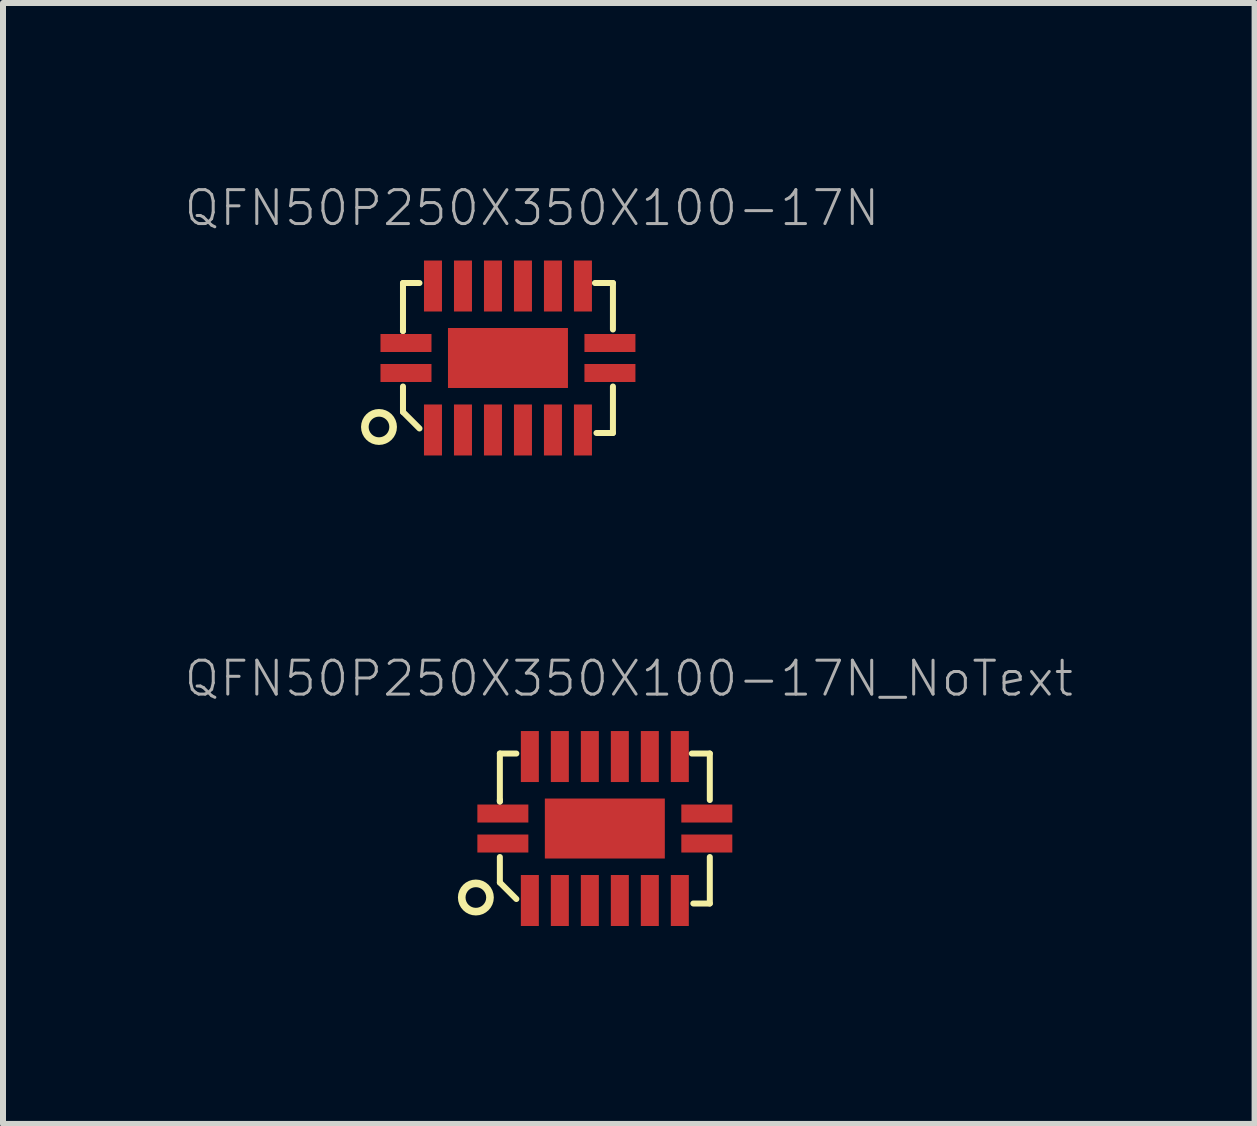
<source format=kicad_pcb>
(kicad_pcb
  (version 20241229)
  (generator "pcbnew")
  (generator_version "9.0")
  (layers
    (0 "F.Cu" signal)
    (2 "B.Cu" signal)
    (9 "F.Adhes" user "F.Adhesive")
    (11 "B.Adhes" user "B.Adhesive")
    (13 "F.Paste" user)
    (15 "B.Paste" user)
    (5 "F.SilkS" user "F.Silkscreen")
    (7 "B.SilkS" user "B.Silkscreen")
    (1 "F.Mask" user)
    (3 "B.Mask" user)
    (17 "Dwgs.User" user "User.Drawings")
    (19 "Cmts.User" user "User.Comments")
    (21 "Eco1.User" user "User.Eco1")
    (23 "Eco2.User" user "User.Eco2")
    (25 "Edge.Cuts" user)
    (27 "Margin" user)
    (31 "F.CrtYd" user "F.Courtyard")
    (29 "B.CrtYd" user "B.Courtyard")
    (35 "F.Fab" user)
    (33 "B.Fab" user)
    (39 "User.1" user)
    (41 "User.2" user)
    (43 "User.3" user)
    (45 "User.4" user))
  (footprint "QFN50P250X350X100-17N_NoText"
    (layer "F.Cu")
    (at 7.033 10.762)
    (property "Reference" "QFN50P250X350X100-17N_NoText" (at 0.4 -2.5 0) (layer "F.Fab") (effects (font (size 0.565 0.565) (thickness 0.05))))
    (attr smd)
    (fp_line (start -1.75 -1.25) (end -1.75 -0.45) (stroke (width 0.1) (type solid)) (layer "F.SilkS"))
    (fp_line (start -1.75 -0.45) (end -1.75 -0.475) (stroke (width 0.1) (type solid)) (layer "F.SilkS"))
    (fp_line (start -1.75 0.475) (end -1.75 0.9) (stroke (width 0.1) (type solid)) (layer "F.SilkS"))
    (fp_line (start -1.75 0.9) (end -1.475 1.175) (stroke (width 0.1) (type solid)) (layer "F.SilkS"))
    (fp_line (start -1.475 -1.25) (end -1.75 -1.25) (stroke (width 0.1) (type solid)) (layer "F.SilkS"))
    (fp_line (start 1.475 1.25) (end 1.75 1.25) (stroke (width 0.1) (type solid)) (layer "F.SilkS"))
    (fp_line (start 1.75 -1.25) (end 1.45 -1.25) (stroke (width 0.1) (type solid)) (layer "F.SilkS"))
    (fp_line (start 1.75 -0.475) (end 1.75 -1.25) (stroke (width 0.1) (type solid)) (layer "F.SilkS"))
    (fp_line (start 1.75 1.25) (end 1.75 0.475) (stroke (width 0.1) (type solid)) (layer "F.SilkS"))
    (fp_circle (center -2.15 1.15) (end -2.025 0.95) (stroke (width 0.127) (type solid)) (fill no) (layer "F.SilkS"))
    (fp_poly (pts (xy -2.025 -0.175) (xy -2.025 -0.325) (xy -1.375 -0.325) (xy -1.375 -0.175)) (stroke (width 0.15) (type solid)) (fill yes) (layer "F.Paste"))
    (fp_poly (pts (xy -2.025 0.325) (xy -2.025 0.175) (xy -1.375 0.175) (xy -1.375 0.325)) (stroke (width 0.15) (type solid)) (fill yes) (layer "F.Paste"))
    (fp_poly (pts (xy -1.175 -0.875) (xy -1.325 -0.875) (xy -1.325 -1.525) (xy -1.175 -1.525)) (stroke (width 0.15) (type solid)) (fill yes) (layer "F.Paste"))
    (fp_poly (pts (xy -1.175 1.525) (xy -1.325 1.525) (xy -1.325 0.875) (xy -1.175 0.875)) (stroke (width 0.15) (type solid)) (fill yes) (layer "F.Paste"))
    (fp_poly (pts (xy -0.675 -0.875) (xy -0.825 -0.875) (xy -0.825 -1.525) (xy -0.675 -1.525)) (stroke (width 0.15) (type solid)) (fill yes) (layer "F.Paste"))
    (fp_poly (pts (xy -0.675 1.525) (xy -0.825 1.525) (xy -0.825 0.875) (xy -0.675 0.875)) (stroke (width 0.15) (type solid)) (fill yes) (layer "F.Paste"))
    (fp_poly (pts (xy -0.6 -0.2) (xy 0.6 -0.2) (xy 0.6 0.2) (xy -0.6 0.2)) (stroke (width 0) (type solid)) (fill yes) (layer "F.Paste"))
    (fp_poly (pts (xy -0.175 -0.875) (xy -0.325 -0.875) (xy -0.325 -1.525) (xy -0.175 -1.525)) (stroke (width 0.15) (type solid)) (fill yes) (layer "F.Paste"))
    (fp_poly (pts (xy -0.175 1.525) (xy -0.325 1.525) (xy -0.325 0.875) (xy -0.175 0.875)) (stroke (width 0.15) (type solid)) (fill yes) (layer "F.Paste"))
    (fp_poly (pts (xy 0.325 -0.875) (xy 0.175 -0.875) (xy 0.175 -1.525) (xy 0.325 -1.525)) (stroke (width 0.15) (type solid)) (fill yes) (layer "F.Paste"))
    (fp_poly (pts (xy 0.325 1.525) (xy 0.175 1.525) (xy 0.175 0.875) (xy 0.325 0.875)) (stroke (width 0.15) (type solid)) (fill yes) (layer "F.Paste"))
    (fp_poly (pts (xy 0.825 -0.875) (xy 0.675 -0.875) (xy 0.675 -1.525) (xy 0.825 -1.525)) (stroke (width 0.15) (type solid)) (fill yes) (layer "F.Paste"))
    (fp_poly (pts (xy 0.825 1.525) (xy 0.675 1.525) (xy 0.675 0.875) (xy 0.825 0.875)) (stroke (width 0.15) (type solid)) (fill yes) (layer "F.Paste"))
    (fp_poly (pts (xy 1.325 -0.875) (xy 1.175 -0.875) (xy 1.175 -1.525) (xy 1.325 -1.525)) (stroke (width 0.15) (type solid)) (fill yes) (layer "F.Paste"))
    (fp_poly (pts (xy 1.325 1.525) (xy 1.175 1.525) (xy 1.175 0.875) (xy 1.325 0.875)) (stroke (width 0.15) (type solid)) (fill yes) (layer "F.Paste"))
    (fp_poly (pts (xy 1.375 -0.175) (xy 1.375 -0.325) (xy 2.025 -0.325) (xy 2.025 -0.175)) (stroke (width 0.15) (type solid)) (fill yes) (layer "F.Paste"))
    (fp_poly (pts (xy 1.375 0.325) (xy 1.375 0.175) (xy 2.025 0.175) (xy 2.025 0.325)) (stroke (width 0.15) (type solid)) (fill yes) (layer "F.Paste"))
    (fp_line (start -2.4 -1.9) (end 2.4 -1.9) (stroke (width 0.05) (type solid)) (layer "Eco1.User"))
    (fp_line (start -2.4 1.9) (end -2.4 -1.9) (stroke (width 0.05) (type solid)) (layer "Eco1.User"))
    (fp_line (start 2.4 -1.9) (end 2.4 1.9) (stroke (width 0.05) (type solid)) (layer "Eco1.User"))
    (fp_line (start 2.4 1.9) (end -2.4 1.9) (stroke (width 0.05) (type solid)) (layer "Eco1.User"))
    (fp_line (start -1.75 -1.25) (end -1.75 1.25) (stroke (width 0.2) (type solid)) (layer "Eco2.User"))
    (fp_line (start 1.75 -1.25) (end -1.75 -1.25) (stroke (width 0.2) (type solid)) (layer "Eco2.User"))
    (fp_line (start 1.75 -1.25) (end 1.75 1.25) (stroke (width 0.2) (type solid)) (layer "Eco2.User"))
    (fp_line (start 1.75 1.25) (end -1.75 1.25) (stroke (width 0.2) (type solid)) (layer "Eco2.User"))
    (pad "1" smd rect (at -1.7 0.25 180) (size 0.85 0.3) (layers "F.Cu" "F.Mask" "F.Paste"))
    (pad "2" smd rect (at -1.25 1.2 90) (size 0.85 0.3) (layers "F.Cu" "F.Mask" "F.Paste"))
    (pad "3" smd rect (at -0.75 1.2 90) (size 0.85 0.3) (layers "F.Cu" "F.Mask" "F.Paste"))
    (pad "4" smd rect (at -0.25 1.2 90) (size 0.85 0.3) (layers "F.Cu" "F.Mask" "F.Paste"))
    (pad "5" smd rect (at 0.25 1.2 90) (size 0.85 0.3) (layers "F.Cu" "F.Mask" "F.Paste"))
    (pad "6" smd rect (at 0.75 1.2 90) (size 0.85 0.3) (layers "F.Cu" "F.Mask" "F.Paste"))
    (pad "7" smd rect (at 1.25 1.2 90) (size 0.85 0.3) (layers "F.Cu" "F.Mask" "F.Paste"))
    (pad "8" smd rect (at 0 0) (size 2 1) (layers "F.Cu" "F.Mask" "F.Paste"))
    (pad "8" smd rect (at 1.7 0.25 180) (size 0.85 0.3) (layers "F.Cu" "F.Mask" "F.Paste"))
    (pad "9" smd rect (at 1.7 -0.25 180) (size 0.85 0.3) (layers "F.Cu" "F.Mask" "F.Paste"))
    (pad "10" smd rect (at 1.25 -1.2 90) (size 0.85 0.3) (layers "F.Cu" "F.Mask" "F.Paste"))
    (pad "11" smd rect (at 0.75 -1.2 90) (size 0.85 0.3) (layers "F.Cu" "F.Mask" "F.Paste"))
    (pad "12" smd rect (at 0.25 -1.2 90) (size 0.85 0.3) (layers "F.Cu" "F.Mask" "F.Paste"))
    (pad "13" smd rect (at -0.25 -1.2 90) (size 0.85 0.3) (layers "F.Cu" "F.Mask" "F.Paste"))
    (pad "14" smd rect (at -0.75 -1.2 90) (size 0.85 0.3) (layers "F.Cu" "F.Mask" "F.Paste"))
    (pad "15" smd rect (at -1.25 -1.2 90) (size 0.85 0.3) (layers "F.Cu" "F.Mask" "F.Paste"))
    (pad "16" smd rect (at -1.7 -0.25 180) (size 0.85 0.3) (layers "F.Cu" "F.Mask" "F.Paste")))
  (footprint "QFN50P250X350X100-17N"
    (layer "F.Cu")
    (at 5.418 2.918)
    (property "Reference" "QFN50P250X350X100-17N" (at 0.4 -2.5 0) (layer "F.Fab") (effects (font (size 0.565 0.565) (thickness 0.05))))
    (attr smd)
    (fp_line (start -1.75 -1.25) (end -1.75 -0.45) (stroke (width 0.1) (type solid)) (layer "F.SilkS"))
    (fp_line (start -1.75 -0.45) (end -1.75 -0.475) (stroke (width 0.1) (type solid)) (layer "F.SilkS"))
    (fp_line (start -1.75 0.475) (end -1.75 0.9) (stroke (width 0.1) (type solid)) (layer "F.SilkS"))
    (fp_line (start -1.75 0.9) (end -1.475 1.175) (stroke (width 0.1) (type solid)) (layer "F.SilkS"))
    (fp_line (start -1.475 -1.25) (end -1.75 -1.25) (stroke (width 0.1) (type solid)) (layer "F.SilkS"))
    (fp_line (start 1.475 1.25) (end 1.75 1.25) (stroke (width 0.1) (type solid)) (layer "F.SilkS"))
    (fp_line (start 1.75 -1.25) (end 1.45 -1.25) (stroke (width 0.1) (type solid)) (layer "F.SilkS"))
    (fp_line (start 1.75 -0.475) (end 1.75 -1.25) (stroke (width 0.1) (type solid)) (layer "F.SilkS"))
    (fp_line (start 1.75 1.25) (end 1.75 0.475) (stroke (width 0.1) (type solid)) (layer "F.SilkS"))
    (fp_circle (center -2.15 1.15) (end -2.025 0.95) (stroke (width 0.127) (type solid)) (fill no) (layer "F.SilkS"))
    (fp_poly (pts (xy -2.025 -0.175) (xy -2.025 -0.325) (xy -1.375 -0.325) (xy -1.375 -0.175)) (stroke (width 0.15) (type solid)) (fill yes) (layer "F.Paste"))
    (fp_poly (pts (xy -2.025 0.325) (xy -2.025 0.175) (xy -1.375 0.175) (xy -1.375 0.325)) (stroke (width 0.15) (type solid)) (fill yes) (layer "F.Paste"))
    (fp_poly (pts (xy -1.175 -0.875) (xy -1.325 -0.875) (xy -1.325 -1.525) (xy -1.175 -1.525)) (stroke (width 0.15) (type solid)) (fill yes) (layer "F.Paste"))
    (fp_poly (pts (xy -1.175 1.525) (xy -1.325 1.525) (xy -1.325 0.875) (xy -1.175 0.875)) (stroke (width 0.15) (type solid)) (fill yes) (layer "F.Paste"))
    (fp_poly (pts (xy -0.675 -0.875) (xy -0.825 -0.875) (xy -0.825 -1.525) (xy -0.675 -1.525)) (stroke (width 0.15) (type solid)) (fill yes) (layer "F.Paste"))
    (fp_poly (pts (xy -0.675 1.525) (xy -0.825 1.525) (xy -0.825 0.875) (xy -0.675 0.875)) (stroke (width 0.15) (type solid)) (fill yes) (layer "F.Paste"))
    (fp_poly (pts (xy -0.6 -0.2) (xy 0.6 -0.2) (xy 0.6 0.2) (xy -0.6 0.2)) (stroke (width 0) (type solid)) (fill yes) (layer "F.Paste"))
    (fp_poly (pts (xy -0.175 -0.875) (xy -0.325 -0.875) (xy -0.325 -1.525) (xy -0.175 -1.525)) (stroke (width 0.15) (type solid)) (fill yes) (layer "F.Paste"))
    (fp_poly (pts (xy -0.175 1.525) (xy -0.325 1.525) (xy -0.325 0.875) (xy -0.175 0.875)) (stroke (width 0.15) (type solid)) (fill yes) (layer "F.Paste"))
    (fp_poly (pts (xy 0.325 -0.875) (xy 0.175 -0.875) (xy 0.175 -1.525) (xy 0.325 -1.525)) (stroke (width 0.15) (type solid)) (fill yes) (layer "F.Paste"))
    (fp_poly (pts (xy 0.325 1.525) (xy 0.175 1.525) (xy 0.175 0.875) (xy 0.325 0.875)) (stroke (width 0.15) (type solid)) (fill yes) (layer "F.Paste"))
    (fp_poly (pts (xy 0.825 -0.875) (xy 0.675 -0.875) (xy 0.675 -1.525) (xy 0.825 -1.525)) (stroke (width 0.15) (type solid)) (fill yes) (layer "F.Paste"))
    (fp_poly (pts (xy 0.825 1.525) (xy 0.675 1.525) (xy 0.675 0.875) (xy 0.825 0.875)) (stroke (width 0.15) (type solid)) (fill yes) (layer "F.Paste"))
    (fp_poly (pts (xy 1.325 -0.875) (xy 1.175 -0.875) (xy 1.175 -1.525) (xy 1.325 -1.525)) (stroke (width 0.15) (type solid)) (fill yes) (layer "F.Paste"))
    (fp_poly (pts (xy 1.325 1.525) (xy 1.175 1.525) (xy 1.175 0.875) (xy 1.325 0.875)) (stroke (width 0.15) (type solid)) (fill yes) (layer "F.Paste"))
    (fp_poly (pts (xy 1.375 -0.175) (xy 1.375 -0.325) (xy 2.025 -0.325) (xy 2.025 -0.175)) (stroke (width 0.15) (type solid)) (fill yes) (layer "F.Paste"))
    (fp_poly (pts (xy 1.375 0.325) (xy 1.375 0.175) (xy 2.025 0.175) (xy 2.025 0.325)) (stroke (width 0.15) (type solid)) (fill yes) (layer "F.Paste"))
    (fp_line (start -2.4 -1.9) (end 2.4 -1.9) (stroke (width 0.05) (type solid)) (layer "Eco1.User"))
    (fp_line (start -2.4 1.9) (end -2.4 -1.9) (stroke (width 0.05) (type solid)) (layer "Eco1.User"))
    (fp_line (start 2.4 -1.9) (end 2.4 1.9) (stroke (width 0.05) (type solid)) (layer "Eco1.User"))
    (fp_line (start 2.4 1.9) (end -2.4 1.9) (stroke (width 0.05) (type solid)) (layer "Eco1.User"))
    (fp_line (start -1.75 -1.25) (end -1.75 1.25) (stroke (width 0.2) (type solid)) (layer "Eco2.User"))
    (fp_line (start 1.75 -1.25) (end -1.75 -1.25) (stroke (width 0.2) (type solid)) (layer "Eco2.User"))
    (fp_line (start 1.75 -1.25) (end 1.75 1.25) (stroke (width 0.2) (type solid)) (layer "Eco2.User"))
    (fp_line (start 1.75 1.25) (end -1.75 1.25) (stroke (width 0.2) (type solid)) (layer "Eco2.User"))
    (pad "1" smd rect (at -1.7 0.25 180) (size 0.85 0.3) (layers "F.Cu" "F.Mask" "F.Paste"))
    (pad "2" smd rect (at -1.25 1.2 90) (size 0.85 0.3) (layers "F.Cu" "F.Mask" "F.Paste"))
    (pad "3" smd rect (at -0.75 1.2 90) (size 0.85 0.3) (layers "F.Cu" "F.Mask" "F.Paste"))
    (pad "4" smd rect (at -0.25 1.2 90) (size 0.85 0.3) (layers "F.Cu" "F.Mask" "F.Paste"))
    (pad "5" smd rect (at 0.25 1.2 90) (size 0.85 0.3) (layers "F.Cu" "F.Mask" "F.Paste"))
    (pad "6" smd rect (at 0.75 1.2 90) (size 0.85 0.3) (layers "F.Cu" "F.Mask" "F.Paste"))
    (pad "7" smd rect (at 1.25 1.2 90) (size 0.85 0.3) (layers "F.Cu" "F.Mask" "F.Paste"))
    (pad "8" smd rect (at 0 0) (size 2 1) (layers "F.Cu" "F.Mask" "F.Paste"))
    (pad "8" smd rect (at 1.7 0.25 180) (size 0.85 0.3) (layers "F.Cu" "F.Mask" "F.Paste"))
    (pad "9" smd rect (at 1.7 -0.25 180) (size 0.85 0.3) (layers "F.Cu" "F.Mask" "F.Paste"))
    (pad "10" smd rect (at 1.25 -1.2 90) (size 0.85 0.3) (layers "F.Cu" "F.Mask" "F.Paste"))
    (pad "11" smd rect (at 0.75 -1.2 90) (size 0.85 0.3) (layers "F.Cu" "F.Mask" "F.Paste"))
    (pad "12" smd rect (at 0.25 -1.2 90) (size 0.85 0.3) (layers "F.Cu" "F.Mask" "F.Paste"))
    (pad "13" smd rect (at -0.25 -1.2 90) (size 0.85 0.3) (layers "F.Cu" "F.Mask" "F.Paste"))
    (pad "14" smd rect (at -0.75 -1.2 90) (size 0.85 0.3) (layers "F.Cu" "F.Mask" "F.Paste"))
    (pad "15" smd rect (at -1.25 -1.2 90) (size 0.85 0.3) (layers "F.Cu" "F.Mask" "F.Paste"))
    (pad "16" smd rect (at -1.7 -0.25 180) (size 0.85 0.3) (layers "F.Cu" "F.Mask" "F.Paste")))
  (gr_rect
    (start -3 -3)
    (end 17.865 15.687)
    (stroke (width 0.1) (type default))
    (fill no)
    (layer "Edge.Cuts")))
</source>
